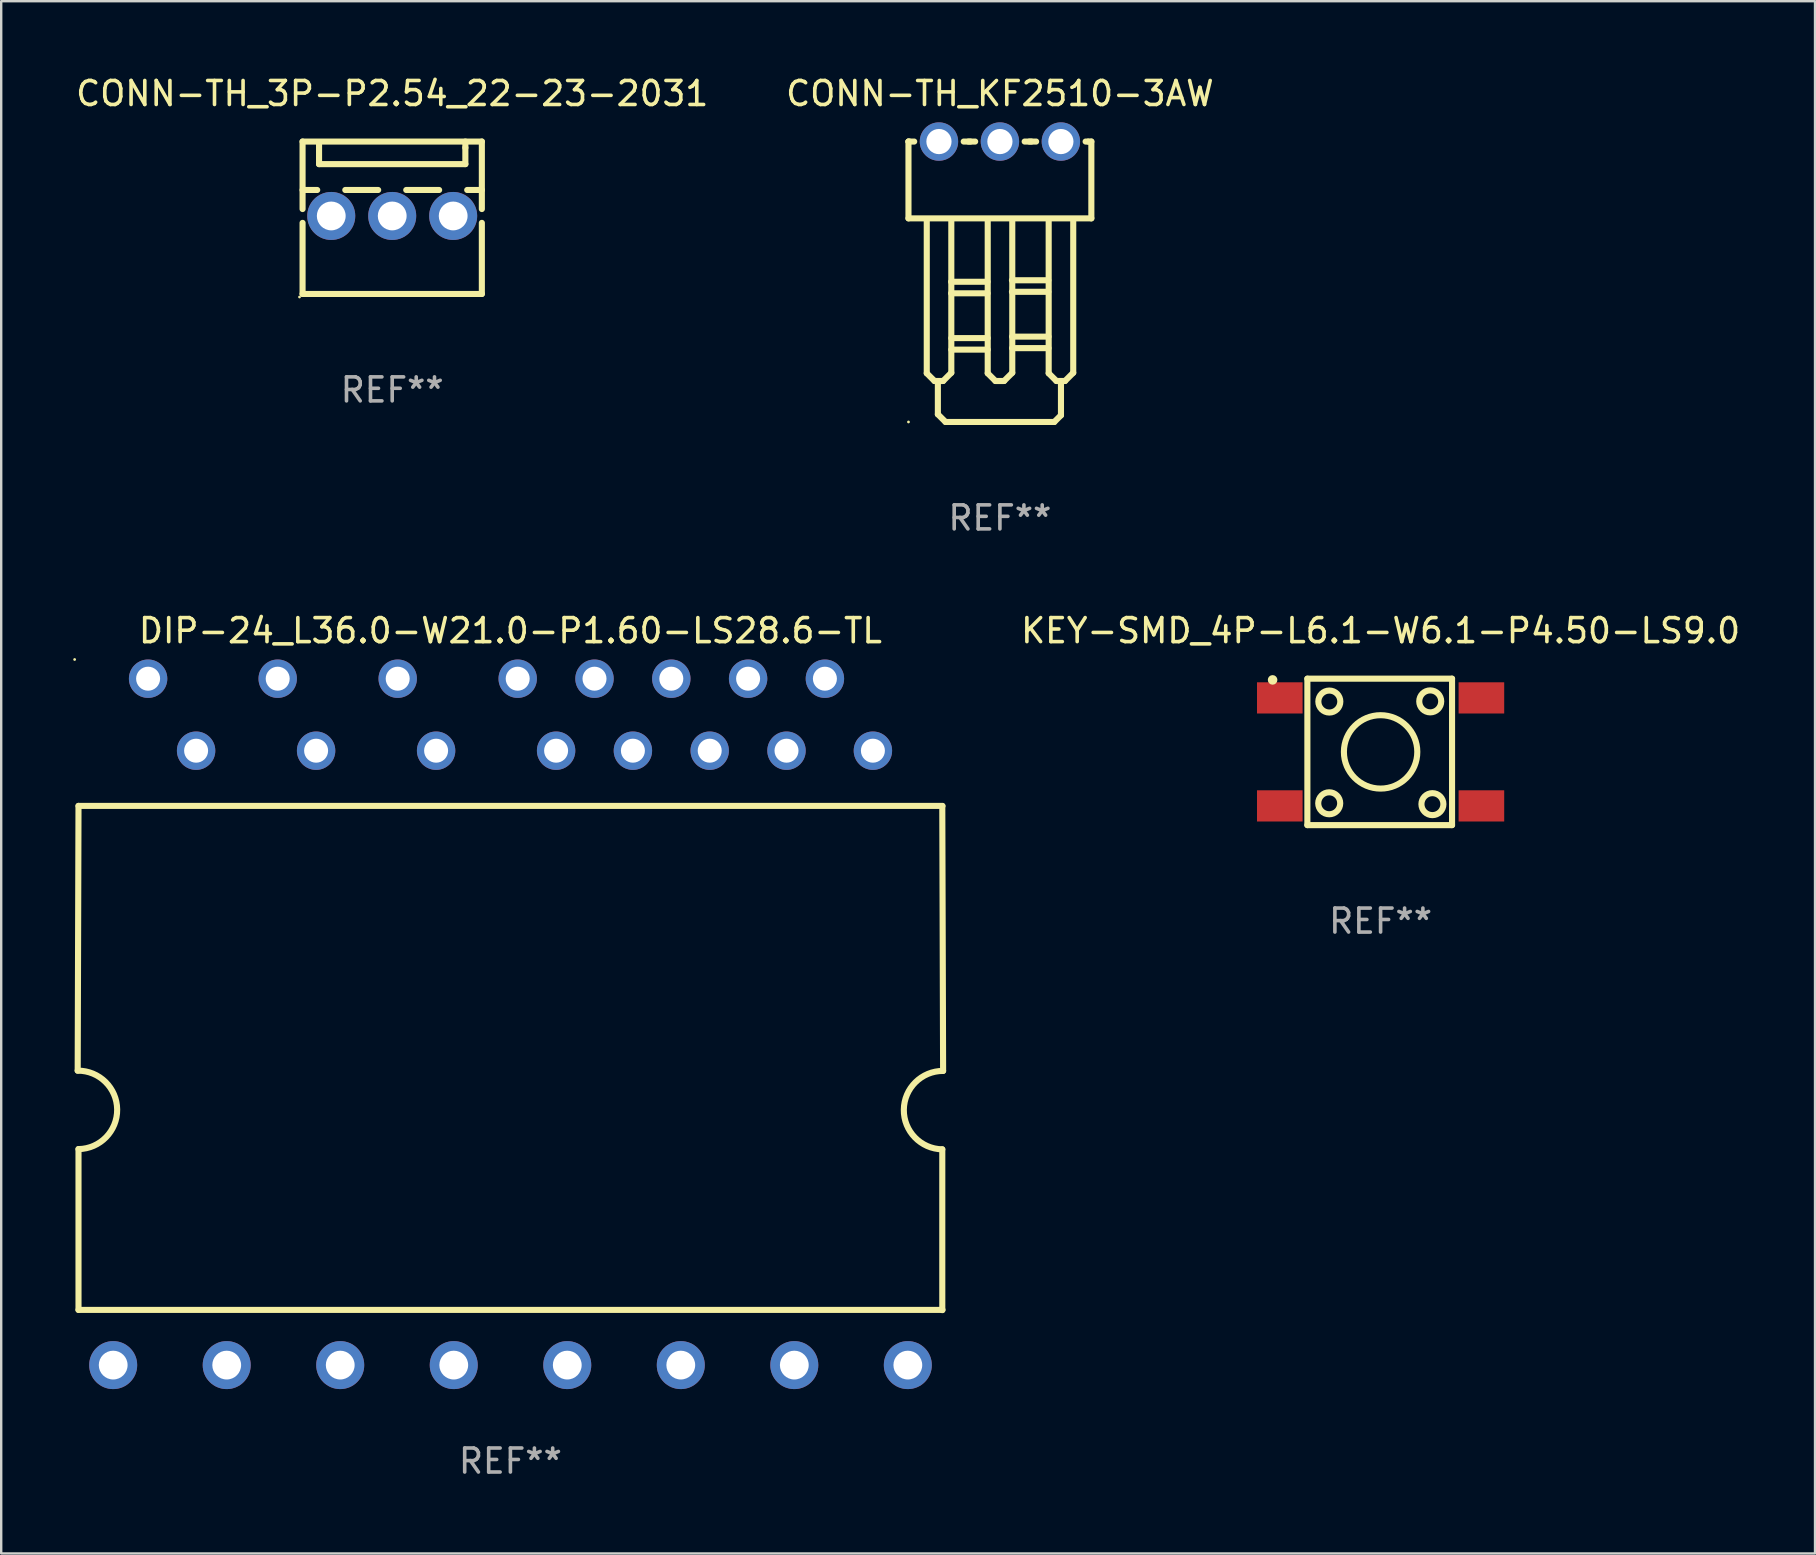
<source format=kicad_pcb>
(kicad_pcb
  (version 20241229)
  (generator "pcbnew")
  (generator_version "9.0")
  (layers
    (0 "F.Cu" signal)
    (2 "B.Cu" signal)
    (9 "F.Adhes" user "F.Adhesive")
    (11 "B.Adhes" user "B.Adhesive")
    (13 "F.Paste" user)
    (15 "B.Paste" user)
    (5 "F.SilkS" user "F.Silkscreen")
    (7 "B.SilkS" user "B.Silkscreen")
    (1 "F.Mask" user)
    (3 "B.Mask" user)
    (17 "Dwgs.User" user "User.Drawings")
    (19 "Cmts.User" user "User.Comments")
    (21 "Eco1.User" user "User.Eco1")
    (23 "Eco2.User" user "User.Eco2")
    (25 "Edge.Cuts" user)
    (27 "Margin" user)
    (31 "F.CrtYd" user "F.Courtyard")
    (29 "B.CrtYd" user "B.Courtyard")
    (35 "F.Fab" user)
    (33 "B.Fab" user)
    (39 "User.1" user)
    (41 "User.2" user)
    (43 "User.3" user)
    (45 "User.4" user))
  (footprint "CONN-TH_3P-P2.54_22-23-2031"
    (layer "F.Cu")
    (at 13.292 5.948)
    (property "Reference" "CONN-TH_3P-P2.54_22-23-2031" (at 0.000013 -5.1 0) (layer "F.SilkS") (effects (font (size 1 1) (thickness 0.15))))
    (attr through_hole)
    (fp_line (start -3.735 -3.1) (end -3.735 -0.288) (stroke (width 0.254) (type solid)) (layer "F.SilkS"))
    (fp_line (start -3.735 -3.1) (end 3.735 -3.1) (stroke (width 0.254) (type solid)) (layer "F.SilkS"))
    (fp_line (start -3.735 -1.082) (end -3.125 -1.082) (stroke (width 0.254) (type solid)) (layer "F.SilkS"))
    (fp_line (start -3.735 0.288) (end -3.735 3.25) (stroke (width 0.254) (type solid)) (layer "F.SilkS"))
    (fp_line (start -3.735 3.25) (end 3.735 3.25) (stroke (width 0.254) (type solid)) (layer "F.SilkS"))
    (fp_line (start -3.048 -3.048) (end -3.048 -2.159) (stroke (width 0.254) (type solid)) (layer "F.SilkS"))
    (fp_line (start -3.048 -2.159) (end 3.048 -2.159) (stroke (width 0.254) (type solid)) (layer "F.SilkS"))
    (fp_line (start -1.955 -1.082) (end -0.585 -1.082) (stroke (width 0.254) (type solid)) (layer "F.SilkS"))
    (fp_line (start 0.585 -1.082) (end 1.955 -1.082) (stroke (width 0.254) (type solid)) (layer "F.SilkS"))
    (fp_line (start 3.048 -2.845) (end 3.048 -3.1) (stroke (width 0.254) (type solid)) (layer "F.SilkS"))
    (fp_line (start 3.048 -2.159) (end 3.048 -2.845) (stroke (width 0.254) (type solid)) (layer "F.SilkS"))
    (fp_line (start 3.125 -1.082) (end 3.735 -1.082) (stroke (width 0.254) (type solid)) (layer "F.SilkS"))
    (fp_line (start 3.735 -3.1) (end 3.735 -0.288) (stroke (width 0.254) (type solid)) (layer "F.SilkS"))
    (fp_line (start 3.735 0.288) (end 3.735 3.25) (stroke (width 0.254) (type solid)) (layer "F.SilkS"))
    (fp_circle (center -3.862 3.377) (end -3.832 3.377) (stroke (width 0.06) (type solid)) (fill no) (layer "F.SilkS"))
    (fp_text user "REF**" (at 0.000013 7.25 0) (layer "F.Fab") (effects (font (size 1 1) (thickness 0.15))))
    (pad "1" thru_hole circle (at -2.54 0) (size 2 2) (drill 1.2) (layers "*.Cu" "*.Mask"))
    (pad "2" thru_hole circle (at 0 0) (size 2 2) (drill 1.2) (layers "*.Cu" "*.Mask"))
    (pad "3" thru_hole circle (at 2.54 0) (size 2 2) (drill 1.2) (layers "*.Cu" "*.Mask")))
  (footprint "DIP-24_L36.0-W21.0-P1.60-LS28.6-TL"
    (layer "F.Cu")
    (at 18.221 39.529)
    (property "Reference" "DIP-24_L36.0-W21.0-P1.60-LS28.6-TL" (at -0.004 -16.3 0) (layer "F.SilkS") (effects (font (size 1 1) (thickness 0.15))))
    (attr through_hole)
    (fp_line (start -18 -9) (end -18.034 2.032) (stroke (width 0.254) (type solid)) (layer "F.SilkS"))
    (fp_line (start -18 12) (end -18 5.3) (stroke (width 0.254) (type solid)) (layer "F.SilkS"))
    (fp_line (start 17.991 -8.99) (end 18.025 2.042) (stroke (width 0.254) (type solid)) (layer "F.SilkS"))
    (fp_line (start 17.991 12.01) (end 17.991 5.31) (stroke (width 0.254) (type solid)) (layer "F.SilkS"))
    (fp_line (start 18 -9) (end -18 -9) (stroke (width 0.254) (type solid)) (layer "F.SilkS"))
    (fp_line (start 18 12) (end -18 12) (stroke (width 0.254) (type solid)) (layer "F.SilkS"))
    (fp_arc (start -18.034163 2.032004) (mid -16.383135 3.648946) (end -18.000077 5.299974) (stroke (width 0.254001) (type solid)) (layer "F.SilkS"))
    (fp_arc (start 17.991237 5.310135) (mid 16.374294 3.659106) (end 18.025323 2.042163) (stroke (width 0.254001) (type solid)) (layer "F.SilkS"))
    (fp_circle (center -18.161 -15.1) (end -18.131 -15.1) (stroke (width 0.06) (type solid)) (fill no) (layer "F.SilkS"))
    (fp_text user "REF**" (at -0.004 18.3 0) (layer "F.Fab") (effects (font (size 1 1) (thickness 0.15))))
    (pad "1" thru_hole circle (at -15.1 -14.3) (size 1.6 1.6) (drill 1) (layers "*.Cu" "*.Mask"))
    (pad "2" thru_hole circle (at -13.1 -11.3) (size 1.6 1.6) (drill 1) (layers "*.Cu" "*.Mask"))
    (pad "3" thru_hole circle (at -9.7 -14.3) (size 1.6 1.6) (drill 1) (layers "*.Cu" "*.Mask"))
    (pad "4" thru_hole circle (at -8.1 -11.3) (size 1.6 1.6) (drill 1) (layers "*.Cu" "*.Mask"))
    (pad "5" thru_hole circle (at -4.7 -14.3) (size 1.6 1.6) (drill 1) (layers "*.Cu" "*.Mask"))
    (pad "6" thru_hole circle (at -3.1 -11.3) (size 1.6 1.6) (drill 1) (layers "*.Cu" "*.Mask"))
    (pad "7" thru_hole circle (at 0.3 -14.3) (size 1.6 1.6) (drill 1) (layers "*.Cu" "*.Mask"))
    (pad "8" thru_hole circle (at 1.9 -11.3) (size 1.6 1.6) (drill 1) (layers "*.Cu" "*.Mask"))
    (pad "9" thru_hole circle (at 3.5 -14.3) (size 1.6 1.6) (drill 1) (layers "*.Cu" "*.Mask"))
    (pad "10" thru_hole circle (at 5.1 -11.3) (size 1.6 1.6) (drill 1) (layers "*.Cu" "*.Mask"))
    (pad "11" thru_hole circle (at 6.7 -14.3) (size 1.6 1.6) (drill 1) (layers "*.Cu" "*.Mask"))
    (pad "12" thru_hole circle (at 8.3 -11.3) (size 1.6 1.6) (drill 1) (layers "*.Cu" "*.Mask"))
    (pad "13" thru_hole circle (at 9.9 -14.3) (size 1.6 1.6) (drill 1) (layers "*.Cu" "*.Mask"))
    (pad "14" thru_hole circle (at 11.5 -11.3) (size 1.6 1.6) (drill 1) (layers "*.Cu" "*.Mask"))
    (pad "15" thru_hole circle (at 13.1 -14.3) (size 1.6 1.6) (drill 1) (layers "*.Cu" "*.Mask"))
    (pad "16" thru_hole circle (at 15.1 -11.3) (size 1.6 1.6) (drill 1) (layers "*.Cu" "*.Mask"))
    (pad "17" thru_hole circle (at 16.555 14.3) (size 2 2) (drill 1.2) (layers "*.Cu" "*.Mask"))
    (pad "18" thru_hole circle (at 11.825 14.3) (size 2 2) (drill 1.2) (layers "*.Cu" "*.Mask"))
    (pad "19" thru_hole circle (at 7.095 14.3) (size 2 2) (drill 1.2) (layers "*.Cu" "*.Mask"))
    (pad "20" thru_hole circle (at 2.365 14.3) (size 2 2) (drill 1.2) (layers "*.Cu" "*.Mask"))
    (pad "21" thru_hole circle (at -2.365 14.3) (size 2 2) (drill 1.2) (layers "*.Cu" "*.Mask"))
    (pad "22" thru_hole circle (at -7.095 14.3) (size 2 2) (drill 1.2) (layers "*.Cu" "*.Mask"))
    (pad "23" thru_hole circle (at -11.825 14.3) (size 2 2) (drill 1.2) (layers "*.Cu" "*.Mask"))
    (pad "24" thru_hole circle (at -16.555 14.3) (size 2 2) (drill 1.2) (layers "*.Cu" "*.Mask")))
  (footprint "KEY-SMD_4P-L6.1-W6.1-P4.50-LS9.0"
    (layer "F.Cu")
    (at 54.475 28.279)
    (property "Reference" "KEY-SMD_4P-L6.1-W6.1-P4.50-LS9.0" (at -0.000051 -5.051 0) (layer "F.SilkS") (effects (font (size 1 1) (thickness 0.15))))
    (attr through_hole)
    (fp_line (start -3.051 -3.051) (end 2.977 -3.051) (stroke (width 0.254) (type solid)) (layer "F.SilkS"))
    (fp_line (start -3.051 3.051) (end -3.051 -3.051) (stroke (width 0.254) (type solid)) (layer "F.SilkS"))
    (fp_line (start 2.977 -3.051) (end 2.977 3.051) (stroke (width 0.254) (type solid)) (layer "F.SilkS"))
    (fp_line (start 2.977 3.051) (end -3.051 3.051) (stroke (width 0.254) (type solid)) (layer "F.SilkS"))
    (fp_circle (center -4.5 -3) (end -4.4 -3) (stroke (width 0.2) (type solid)) (fill no) (layer "F.SilkS"))
    (fp_circle (center -2.141 2.141) (end -1.683 2.141) (stroke (width 0.254) (type solid)) (fill no) (layer "F.SilkS"))
    (fp_circle (center -2.136 -2.098) (end -1.678 -2.098) (stroke (width 0.254) (type solid)) (fill no) (layer "F.SilkS"))
    (fp_circle (center 0.000076 -0.000076) (end 1.529 -0.000076) (stroke (width 0.254) (type solid)) (fill no) (layer "F.SilkS"))
    (fp_circle (center 2.068 -2.105) (end 2.526 -2.105) (stroke (width 0.254) (type solid)) (fill no) (layer "F.SilkS"))
    (fp_circle (center 2.159 2.177) (end 2.617 2.177) (stroke (width 0.254) (type solid)) (fill no) (layer "F.SilkS"))
    (fp_text user "REF**" (at -0.000051 7.051 0) (layer "F.Fab") (effects (font (size 1 1) (thickness 0.15))))
    (pad "1" smd rect (at -4.2 -2.25) (size 1.9 1.3) (layers "F.Cu" "F.Mask" "F.Paste"))
    (pad "2" smd rect (at 4.2 -2.25) (size 1.9 1.3) (layers "F.Cu" "F.Mask" "F.Paste"))
    (pad "3" smd rect (at -4.2 2.25) (size 1.9 1.3) (layers "F.Cu" "F.Mask" "F.Paste"))
    (pad "4" smd rect (at 4.2 2.25) (size 1.9 1.3) (layers "F.Cu" "F.Mask" "F.Paste")))
  (footprint "CONN-TH_KF2510-3AW"
    (layer "F.Cu")
    (at 38.613 2.848)
    (property "Reference" "CONN-TH_KF2510-3AW" (at 0 -2 0) (layer "F.SilkS") (effects (font (size 1 1) (thickness 0.15))))
    (attr through_hole)
    (fp_line (start -3.81 0) (end -3.771 0) (stroke (width 0.254) (type solid)) (layer "F.SilkS"))
    (fp_line (start -3.81 0) (end -3.571 0) (stroke (width 0.254) (type solid)) (layer "F.SilkS"))
    (fp_line (start -3.81 3.2) (end -3.81 0) (stroke (width 0.254) (type solid)) (layer "F.SilkS"))
    (fp_line (start -3.81 3.2) (end 3.81 3.2) (stroke (width 0.254) (type solid)) (layer "F.SilkS"))
    (fp_line (start -3.048 3.302) (end -3.048 9.654) (stroke (width 0.254) (type solid)) (layer "F.SilkS"))
    (fp_line (start -3.048 9.654) (end -2.725 9.977) (stroke (width 0.254) (type solid)) (layer "F.SilkS"))
    (fp_line (start -2.725 9.977) (end -2.368 9.977) (stroke (width 0.254) (type solid)) (layer "F.SilkS"))
    (fp_line (start -2.585 9.977) (end -2.585 11.364) (stroke (width 0.254) (type solid)) (layer "F.SilkS"))
    (fp_line (start -2.585 11.364) (end -2.265 11.684) (stroke (width 0.254) (type solid)) (layer "F.SilkS"))
    (fp_line (start -2.265 11.684) (end 2.265 11.684) (stroke (width 0.254) (type solid)) (layer "F.SilkS"))
    (fp_line (start -2.032 5.842) (end -0.515 5.842) (stroke (width 0.254) (type solid)) (layer "F.SilkS"))
    (fp_line (start -2.032 6.322) (end -0.515 6.322) (stroke (width 0.254) (type solid)) (layer "F.SilkS"))
    (fp_line (start -2.025 3.302) (end -2.025 9.634) (stroke (width 0.254) (type solid)) (layer "F.SilkS"))
    (fp_line (start -2.025 8.19) (end -0.508 8.19) (stroke (width 0.254) (type solid)) (layer "F.SilkS"))
    (fp_line (start -2.025 8.67) (end -0.508 8.67) (stroke (width 0.254) (type solid)) (layer "F.SilkS"))
    (fp_line (start -2.025 9.634) (end -2.368 9.977) (stroke (width 0.254) (type solid)) (layer "F.SilkS"))
    (fp_line (start -1.509 0) (end -1.031 0) (stroke (width 0.254) (type solid)) (layer "F.SilkS"))
    (fp_line (start -1.309 0) (end -1.231 0) (stroke (width 0.254) (type solid)) (layer "F.SilkS"))
    (fp_line (start -0.508 3.302) (end -0.508 9.654) (stroke (width 0.254) (type solid)) (layer "F.SilkS"))
    (fp_line (start -0.508 9.654) (end -0.185 9.977) (stroke (width 0.254) (type solid)) (layer "F.SilkS"))
    (fp_line (start -0.185 9.977) (end 0.172 9.977) (stroke (width 0.254) (type solid)) (layer "F.SilkS"))
    (fp_line (start 0.501 5.78) (end 2.018 5.78) (stroke (width 0.254) (type solid)) (layer "F.SilkS"))
    (fp_line (start 0.501 6.26) (end 2.018 6.26) (stroke (width 0.254) (type solid)) (layer "F.SilkS"))
    (fp_line (start 0.508 8.128) (end 2.025 8.128) (stroke (width 0.254) (type solid)) (layer "F.SilkS"))
    (fp_line (start 0.508 8.608) (end 2.025 8.608) (stroke (width 0.254) (type solid)) (layer "F.SilkS"))
    (fp_line (start 0.515 3.302) (end 0.515 9.634) (stroke (width 0.254) (type solid)) (layer "F.SilkS"))
    (fp_line (start 0.515 9.634) (end 0.172 9.977) (stroke (width 0.254) (type solid)) (layer "F.SilkS"))
    (fp_line (start 1.031 0) (end 1.509 0) (stroke (width 0.254) (type solid)) (layer "F.SilkS"))
    (fp_line (start 1.231 0) (end 1.309 0) (stroke (width 0.254) (type solid)) (layer "F.SilkS"))
    (fp_line (start 2.032 3.302) (end 2.032 9.654) (stroke (width 0.254) (type solid)) (layer "F.SilkS"))
    (fp_line (start 2.032 9.654) (end 2.355 9.977) (stroke (width 0.254) (type solid)) (layer "F.SilkS"))
    (fp_line (start 2.355 9.977) (end 2.712 9.977) (stroke (width 0.254) (type solid)) (layer "F.SilkS"))
    (fp_line (start 2.544 9.977) (end 2.544 11.405) (stroke (width 0.254) (type solid)) (layer "F.SilkS"))
    (fp_line (start 2.544 11.405) (end 2.265 11.684) (stroke (width 0.254) (type solid)) (layer "F.SilkS"))
    (fp_line (start 3.055 3.302) (end 3.055 9.634) (stroke (width 0.254) (type solid)) (layer "F.SilkS"))
    (fp_line (start 3.055 9.634) (end 2.712 9.977) (stroke (width 0.254) (type solid)) (layer "F.SilkS"))
    (fp_line (start 3.571 0) (end 3.683 0) (stroke (width 0.254) (type solid)) (layer "F.SilkS"))
    (fp_line (start 3.683 0) (end 3.81 0) (stroke (width 0.254) (type solid)) (layer "F.SilkS"))
    (fp_line (start 3.81 0) (end 3.81 3.2) (stroke (width 0.254) (type solid)) (layer "F.SilkS"))
    (fp_circle (center -3.81 11.684) (end -3.78 11.684) (stroke (width 0.06) (type solid)) (fill no) (layer "F.SilkS"))
    (fp_text user "REF**" (at 0 15.684 0) (layer "F.Fab") (effects (font (size 1 1) (thickness 0.15))))
    (pad "1" thru_hole circle (at -2.54 0) (size 1.6 1.6) (drill 1.05) (layers "*.Cu" "*.Mask"))
    (pad "2" thru_hole circle (at 0 0) (size 1.6 1.6) (drill 1.05) (layers "*.Cu" "*.Mask"))
    (pad "3" thru_hole circle (at 2.54 0) (size 1.6 1.6) (drill 1.05) (layers "*.Cu" "*.Mask")))
  (gr_rect
    (start -3 -3)
    (end 72.576 61.677)
    (stroke (width 0.1) (type default))
    (fill no)
    (layer "Edge.Cuts")))
</source>
